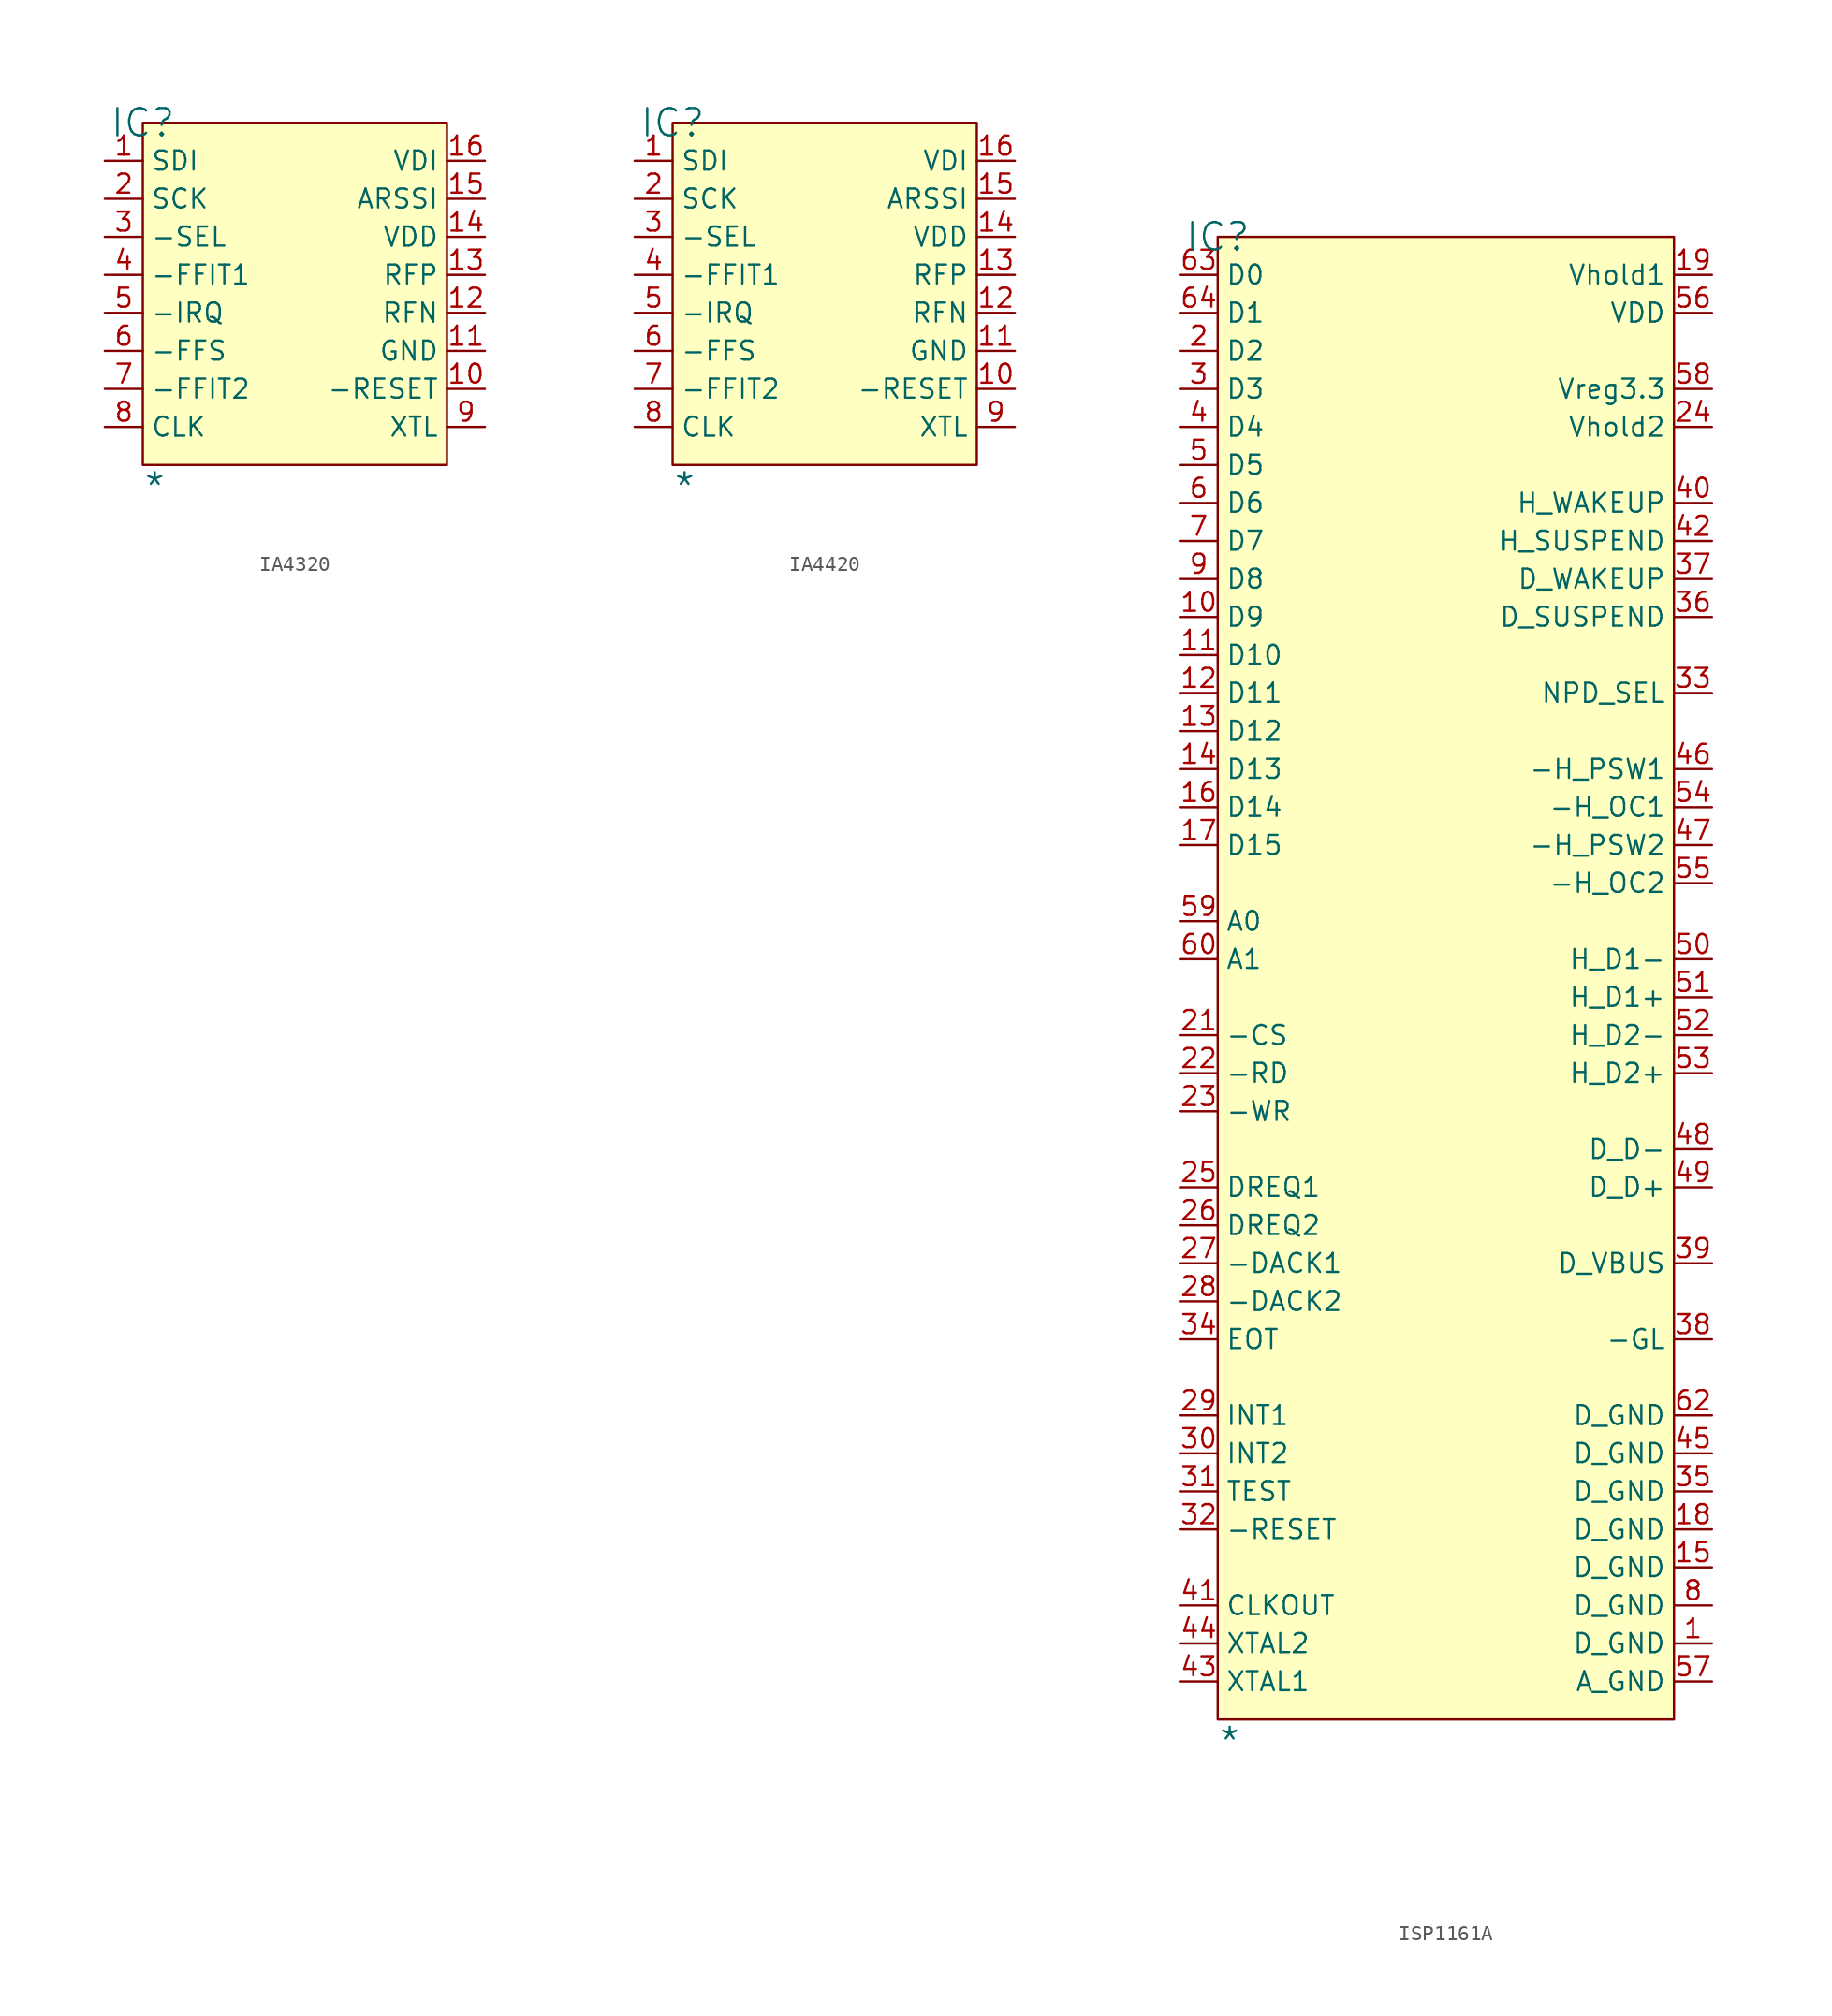
<source format=kicad_sym>
(kicad_symbol_lib
  (version 20241209)
  (generator "kicad_symbol_editor")
  (generator_version "9.0")
  (symbol "IA4320"
    (property "Reference" "IC"
      (at 0 0 0)
      (effects (font (size 1.829 1.829))))
    (property "Value" "*"
      (at 0 -25.4 0)
      (effects (font (size 1.829 1.829)) (justify left bottom)))
    (symbol "IA4320_1_0"
      (rectangle (start 20.32 0) (end 0 -22.86) (stroke (width 0) (type solid) (color 128 0 0 1)) (fill (type background)))
      (pin passive line (at -2.54 -2.54 0) (length 2.54) (name "SDI" (effects (font (size 1.27 1.27)))) (number "1" (effects (font (size 1.27 1.27)))))
      (pin passive line (at -2.54 -5.08 0) (length 2.54) (name "SCK" (effects (font (size 1.27 1.27)))) (number "2" (effects (font (size 1.27 1.27)))))
      (pin passive line (at -2.54 -7.62 0) (length 2.54) (name "-SEL" (effects (font (size 1.27 1.27)))) (number "3" (effects (font (size 1.27 1.27)))))
      (pin passive line (at -2.54 -10.16 0) (length 2.54) (name "-FFIT1" (effects (font (size 1.27 1.27)))) (number "4" (effects (font (size 1.27 1.27)))))
      (pin passive line (at -2.54 -12.7 0) (length 2.54) (name "-IRQ" (effects (font (size 1.27 1.27)))) (number "5" (effects (font (size 1.27 1.27)))))
      (pin passive line (at -2.54 -15.24 0) (length 2.54) (name "-FFS" (effects (font (size 1.27 1.27)))) (number "6" (effects (font (size 1.27 1.27)))))
      (pin passive line (at -2.54 -17.78 0) (length 2.54) (name "-FFIT2" (effects (font (size 1.27 1.27)))) (number "7" (effects (font (size 1.27 1.27)))))
      (pin passive line (at -2.54 -20.32 0) (length 2.54) (name "CLK" (effects (font (size 1.27 1.27)))) (number "8" (effects (font (size 1.27 1.27)))))
      (pin passive line (at 22.86 -2.54 180) (length 2.54) (name "VDI" (effects (font (size 1.27 1.27)))) (number "16" (effects (font (size 1.27 1.27)))))
      (pin passive line (at 22.86 -5.08 180) (length 2.54) (name "ARSSI" (effects (font (size 1.27 1.27)))) (number "15" (effects (font (size 1.27 1.27)))))
      (pin passive line (at 22.86 -7.62 180) (length 2.54) (name "VDD" (effects (font (size 1.27 1.27)))) (number "14" (effects (font (size 1.27 1.27)))))
      (pin passive line (at 22.86 -10.16 180) (length 2.54) (name "RFP" (effects (font (size 1.27 1.27)))) (number "13" (effects (font (size 1.27 1.27)))))
      (pin passive line (at 22.86 -12.7 180) (length 2.54) (name "RFN" (effects (font (size 1.27 1.27)))) (number "12" (effects (font (size 1.27 1.27)))))
      (pin passive line (at 22.86 -15.24 180) (length 2.54) (name "GND" (effects (font (size 1.27 1.27)))) (number "11" (effects (font (size 1.27 1.27)))))
      (pin passive line (at 22.86 -17.78 180) (length 2.54) (name "-RESET" (effects (font (size 1.27 1.27)))) (number "10" (effects (font (size 1.27 1.27)))))
      (pin passive line (at 22.86 -20.32 180) (length 2.54) (name "XTL" (effects (font (size 1.27 1.27)))) (number "9" (effects (font (size 1.27 1.27)))))))
  (symbol "IA4420"
    (property "Reference" "IC"
      (at 0 0 0)
      (effects (font (size 1.829 1.829))))
    (property "Value" "*"
      (at 0 -25.4 0)
      (effects (font (size 1.829 1.829)) (justify left bottom)))
    (symbol "IA4420_1_0"
      (rectangle (start 20.32 0) (end 0 -22.86) (stroke (width 0) (type solid) (color 128 0 0 1)) (fill (type background)))
      (pin passive line (at -2.54 -2.54 0) (length 2.54) (name "SDI" (effects (font (size 1.27 1.27)))) (number "1" (effects (font (size 1.27 1.27)))))
      (pin passive line (at -2.54 -5.08 0) (length 2.54) (name "SCK" (effects (font (size 1.27 1.27)))) (number "2" (effects (font (size 1.27 1.27)))))
      (pin passive line (at -2.54 -7.62 0) (length 2.54) (name "-SEL" (effects (font (size 1.27 1.27)))) (number "3" (effects (font (size 1.27 1.27)))))
      (pin passive line (at -2.54 -10.16 0) (length 2.54) (name "-FFIT1" (effects (font (size 1.27 1.27)))) (number "4" (effects (font (size 1.27 1.27)))))
      (pin passive line (at -2.54 -12.7 0) (length 2.54) (name "-IRQ" (effects (font (size 1.27 1.27)))) (number "5" (effects (font (size 1.27 1.27)))))
      (pin passive line (at -2.54 -15.24 0) (length 2.54) (name "-FFS" (effects (font (size 1.27 1.27)))) (number "6" (effects (font (size 1.27 1.27)))))
      (pin passive line (at -2.54 -17.78 0) (length 2.54) (name "-FFIT2" (effects (font (size 1.27 1.27)))) (number "7" (effects (font (size 1.27 1.27)))))
      (pin passive line (at -2.54 -20.32 0) (length 2.54) (name "CLK" (effects (font (size 1.27 1.27)))) (number "8" (effects (font (size 1.27 1.27)))))
      (pin passive line (at 22.86 -2.54 180) (length 2.54) (name "VDI" (effects (font (size 1.27 1.27)))) (number "16" (effects (font (size 1.27 1.27)))))
      (pin passive line (at 22.86 -5.08 180) (length 2.54) (name "ARSSI" (effects (font (size 1.27 1.27)))) (number "15" (effects (font (size 1.27 1.27)))))
      (pin passive line (at 22.86 -7.62 180) (length 2.54) (name "VDD" (effects (font (size 1.27 1.27)))) (number "14" (effects (font (size 1.27 1.27)))))
      (pin passive line (at 22.86 -10.16 180) (length 2.54) (name "RFP" (effects (font (size 1.27 1.27)))) (number "13" (effects (font (size 1.27 1.27)))))
      (pin passive line (at 22.86 -12.7 180) (length 2.54) (name "RFN" (effects (font (size 1.27 1.27)))) (number "12" (effects (font (size 1.27 1.27)))))
      (pin passive line (at 22.86 -15.24 180) (length 2.54) (name "GND" (effects (font (size 1.27 1.27)))) (number "11" (effects (font (size 1.27 1.27)))))
      (pin passive line (at 22.86 -17.78 180) (length 2.54) (name "-RESET" (effects (font (size 1.27 1.27)))) (number "10" (effects (font (size 1.27 1.27)))))
      (pin passive line (at 22.86 -20.32 180) (length 2.54) (name "XTL" (effects (font (size 1.27 1.27)))) (number "9" (effects (font (size 1.27 1.27)))))))
  (symbol "ISP1161A"
    (property "Reference" "IC"
      (at 0 0 0)
      (effects (font (size 1.829 1.829))))
    (property "Value" "*"
      (at 0 -101.6 0)
      (effects (font (size 1.829 1.829)) (justify left bottom)))
    (symbol "ISP1161A_1_0"
      (rectangle (start 30.48 0) (end 0 -99.06) (stroke (width 0) (type solid) (color 128 0 0 1)) (fill (type background)))
      (pin passive line (at -2.54 -2.54 0) (length 2.54) (name "D0" (effects (font (size 1.27 1.27)))) (number "63" (effects (font (size 1.27 1.27)))))
      (pin passive line (at -2.54 -5.08 0) (length 2.54) (name "D1" (effects (font (size 1.27 1.27)))) (number "64" (effects (font (size 1.27 1.27)))))
      (pin passive line (at -2.54 -7.62 0) (length 2.54) (name "D2" (effects (font (size 1.27 1.27)))) (number "2" (effects (font (size 1.27 1.27)))))
      (pin passive line (at -2.54 -10.16 0) (length 2.54) (name "D3" (effects (font (size 1.27 1.27)))) (number "3" (effects (font (size 1.27 1.27)))))
      (pin passive line (at -2.54 -12.7 0) (length 2.54) (name "D4" (effects (font (size 1.27 1.27)))) (number "4" (effects (font (size 1.27 1.27)))))
      (pin passive line (at -2.54 -15.24 0) (length 2.54) (name "D5" (effects (font (size 1.27 1.27)))) (number "5" (effects (font (size 1.27 1.27)))))
      (pin passive line (at -2.54 -17.78 0) (length 2.54) (name "D6" (effects (font (size 1.27 1.27)))) (number "6" (effects (font (size 1.27 1.27)))))
      (pin passive line (at -2.54 -20.32 0) (length 2.54) (name "D7" (effects (font (size 1.27 1.27)))) (number "7" (effects (font (size 1.27 1.27)))))
      (pin passive line (at -2.54 -22.86 0) (length 2.54) (name "D8" (effects (font (size 1.27 1.27)))) (number "9" (effects (font (size 1.27 1.27)))))
      (pin passive line (at -2.54 -25.4 0) (length 2.54) (name "D9" (effects (font (size 1.27 1.27)))) (number "10" (effects (font (size 1.27 1.27)))))
      (pin passive line (at -2.54 -27.94 0) (length 2.54) (name "D10" (effects (font (size 1.27 1.27)))) (number "11" (effects (font (size 1.27 1.27)))))
      (pin passive line (at -2.54 -30.48 0) (length 2.54) (name "D11" (effects (font (size 1.27 1.27)))) (number "12" (effects (font (size 1.27 1.27)))))
      (pin passive line (at -2.54 -33.02 0) (length 2.54) (name "D12" (effects (font (size 1.27 1.27)))) (number "13" (effects (font (size 1.27 1.27)))))
      (pin passive line (at -2.54 -35.56 0) (length 2.54) (name "D13" (effects (font (size 1.27 1.27)))) (number "14" (effects (font (size 1.27 1.27)))))
      (pin passive line (at -2.54 -38.1 0) (length 2.54) (name "D14" (effects (font (size 1.27 1.27)))) (number "16" (effects (font (size 1.27 1.27)))))
      (pin passive line (at -2.54 -40.64 0) (length 2.54) (name "D15" (effects (font (size 1.27 1.27)))) (number "17" (effects (font (size 1.27 1.27)))))
      (pin passive line (at -2.54 -45.72 0) (length 2.54) (name "A0" (effects (font (size 1.27 1.27)))) (number "59" (effects (font (size 1.27 1.27)))))
      (pin passive line (at -2.54 -48.26 0) (length 2.54) (name "A1" (effects (font (size 1.27 1.27)))) (number "60" (effects (font (size 1.27 1.27)))))
      (pin input line (at -2.54 -53.34 0) (length 2.54) (name "-CS" (effects (font (size 1.27 1.27)))) (number "21" (effects (font (size 1.27 1.27)))))
      (pin input line (at -2.54 -55.88 0) (length 2.54) (name "-RD" (effects (font (size 1.27 1.27)))) (number "22" (effects (font (size 1.27 1.27)))))
      (pin input line (at -2.54 -58.42 0) (length 2.54) (name "-WR" (effects (font (size 1.27 1.27)))) (number "23" (effects (font (size 1.27 1.27)))))
      (pin output line (at -2.54 -63.5 0) (length 2.54) (name "DREQ1" (effects (font (size 1.27 1.27)))) (number "25" (effects (font (size 1.27 1.27)))))
      (pin output line (at -2.54 -66.04 0) (length 2.54) (name "DREQ2" (effects (font (size 1.27 1.27)))) (number "26" (effects (font (size 1.27 1.27)))))
      (pin output line (at -2.54 -68.58 0) (length 2.54) (name "-DACK1" (effects (font (size 1.27 1.27)))) (number "27" (effects (font (size 1.27 1.27)))))
      (pin output line (at -2.54 -71.12 0) (length 2.54) (name "-DACK2" (effects (font (size 1.27 1.27)))) (number "28" (effects (font (size 1.27 1.27)))))
      (pin output line (at -2.54 -73.66 0) (length 2.54) (name "EOT" (effects (font (size 1.27 1.27)))) (number "34" (effects (font (size 1.27 1.27)))))
      (pin passive line (at -2.54 -78.74 0) (length 2.54) (name "INT1" (effects (font (size 1.27 1.27)))) (number "29" (effects (font (size 1.27 1.27)))))
      (pin passive line (at -2.54 -81.28 0) (length 2.54) (name "INT2" (effects (font (size 1.27 1.27)))) (number "30" (effects (font (size 1.27 1.27)))))
      (pin passive line (at -2.54 -83.82 0) (length 2.54) (name "TEST" (effects (font (size 1.27 1.27)))) (number "31" (effects (font (size 1.27 1.27)))))
      (pin passive line (at -2.54 -86.36 0) (length 2.54) (name "-RESET" (effects (font (size 1.27 1.27)))) (number "32" (effects (font (size 1.27 1.27)))))
      (pin passive line (at -2.54 -91.44 0) (length 2.54) (name "CLKOUT" (effects (font (size 1.27 1.27)))) (number "41" (effects (font (size 1.27 1.27)))))
      (pin passive line (at -2.54 -93.98 0) (length 2.54) (name "XTAL2" (effects (font (size 1.27 1.27)))) (number "44" (effects (font (size 1.27 1.27)))))
      (pin passive line (at -2.54 -96.52 0) (length 2.54) (name "XTAL1" (effects (font (size 1.27 1.27)))) (number "43" (effects (font (size 1.27 1.27)))))
      (pin power_in line (at 15.24 0 270) (length 0) (hide yes) (name "NC" (effects (font (size 1.27 1.27)))) (number "20" (effects (font (size 1.27 1.27)))))
      (pin power_in line (at 20.32 0 270) (length 0) (hide yes) (name "NC" (effects (font (size 1.27 1.27)))) (number "61" (effects (font (size 1.27 1.27)))))
      (pin power_in line (at 33.02 -2.54 180) (length 2.54) (name "Vhold1" (effects (font (size 1.27 1.27)))) (number "19" (effects (font (size 1.27 1.27)))))
      (pin power_in line (at 33.02 -5.08 180) (length 2.54) (name "VDD" (effects (font (size 1.27 1.27)))) (number "56" (effects (font (size 1.27 1.27)))))
      (pin power_in line (at 33.02 -10.16 180) (length 2.54) (name "Vreg3.3" (effects (font (size 1.27 1.27)))) (number "58" (effects (font (size 1.27 1.27)))))
      (pin power_in line (at 33.02 -12.7 180) (length 2.54) (name "Vhold2" (effects (font (size 1.27 1.27)))) (number "24" (effects (font (size 1.27 1.27)))))
      (pin passive line (at 33.02 -17.78 180) (length 2.54) (name "H_WAKEUP" (effects (font (size 1.27 1.27)))) (number "40" (effects (font (size 1.27 1.27)))))
      (pin passive line (at 33.02 -20.32 180) (length 2.54) (name "H_SUSPEND" (effects (font (size 1.27 1.27)))) (number "42" (effects (font (size 1.27 1.27)))))
      (pin passive line (at 33.02 -22.86 180) (length 2.54) (name "D_WAKEUP" (effects (font (size 1.27 1.27)))) (number "37" (effects (font (size 1.27 1.27)))))
      (pin passive line (at 33.02 -25.4 180) (length 2.54) (name "D_SUSPEND" (effects (font (size 1.27 1.27)))) (number "36" (effects (font (size 1.27 1.27)))))
      (pin passive line (at 33.02 -30.48 180) (length 2.54) (name "NPD_SEL" (effects (font (size 1.27 1.27)))) (number "33" (effects (font (size 1.27 1.27)))))
      (pin passive line (at 33.02 -35.56 180) (length 2.54) (name "-H_PSW1" (effects (font (size 1.27 1.27)))) (number "46" (effects (font (size 1.27 1.27)))))
      (pin passive line (at 33.02 -38.1 180) (length 2.54) (name "-H_OC1" (effects (font (size 1.27 1.27)))) (number "54" (effects (font (size 1.27 1.27)))))
      (pin passive line (at 33.02 -40.64 180) (length 2.54) (name "-H_PSW2" (effects (font (size 1.27 1.27)))) (number "47" (effects (font (size 1.27 1.27)))))
      (pin passive line (at 33.02 -43.18 180) (length 2.54) (name "-H_OC2" (effects (font (size 1.27 1.27)))) (number "55" (effects (font (size 1.27 1.27)))))
      (pin passive line (at 33.02 -48.26 180) (length 2.54) (name "H_D1-" (effects (font (size 1.27 1.27)))) (number "50" (effects (font (size 1.27 1.27)))))
      (pin passive line (at 33.02 -50.8 180) (length 2.54) (name "H_D1+" (effects (font (size 1.27 1.27)))) (number "51" (effects (font (size 1.27 1.27)))))
      (pin passive line (at 33.02 -53.34 180) (length 2.54) (name "H_D2-" (effects (font (size 1.27 1.27)))) (number "52" (effects (font (size 1.27 1.27)))))
      (pin passive line (at 33.02 -55.88 180) (length 2.54) (name "H_D2+" (effects (font (size 1.27 1.27)))) (number "53" (effects (font (size 1.27 1.27)))))
      (pin passive line (at 33.02 -60.96 180) (length 2.54) (name "D_D-" (effects (font (size 1.27 1.27)))) (number "48" (effects (font (size 1.27 1.27)))))
      (pin passive line (at 33.02 -63.5 180) (length 2.54) (name "D_D+" (effects (font (size 1.27 1.27)))) (number "49" (effects (font (size 1.27 1.27)))))
      (pin passive line (at 33.02 -68.58 180) (length 2.54) (name "D_VBUS" (effects (font (size 1.27 1.27)))) (number "39" (effects (font (size 1.27 1.27)))))
      (pin passive line (at 33.02 -73.66 180) (length 2.54) (name "-GL" (effects (font (size 1.27 1.27)))) (number "38" (effects (font (size 1.27 1.27)))))
      (pin power_in line (at 33.02 -78.74 180) (length 2.54) (name "D_GND" (effects (font (size 1.27 1.27)))) (number "62" (effects (font (size 1.27 1.27)))))
      (pin power_in line (at 33.02 -81.28 180) (length 2.54) (name "D_GND" (effects (font (size 1.27 1.27)))) (number "45" (effects (font (size 1.27 1.27)))))
      (pin power_in line (at 33.02 -83.82 180) (length 2.54) (name "D_GND" (effects (font (size 1.27 1.27)))) (number "35" (effects (font (size 1.27 1.27)))))
      (pin power_in line (at 33.02 -86.36 180) (length 2.54) (name "D_GND" (effects (font (size 1.27 1.27)))) (number "18" (effects (font (size 1.27 1.27)))))
      (pin power_in line (at 33.02 -88.9 180) (length 2.54) (name "D_GND" (effects (font (size 1.27 1.27)))) (number "15" (effects (font (size 1.27 1.27)))))
      (pin power_in line (at 33.02 -91.44 180) (length 2.54) (name "D_GND" (effects (font (size 1.27 1.27)))) (number "8" (effects (font (size 1.27 1.27)))))
      (pin power_in line (at 33.02 -93.98 180) (length 2.54) (name "D_GND" (effects (font (size 1.27 1.27)))) (number "1" (effects (font (size 1.27 1.27)))))
      (pin power_in line (at 33.02 -96.52 180) (length 2.54) (name "A_GND" (effects (font (size 1.27 1.27)))) (number "57" (effects (font (size 1.27 1.27))))))))
</source>
